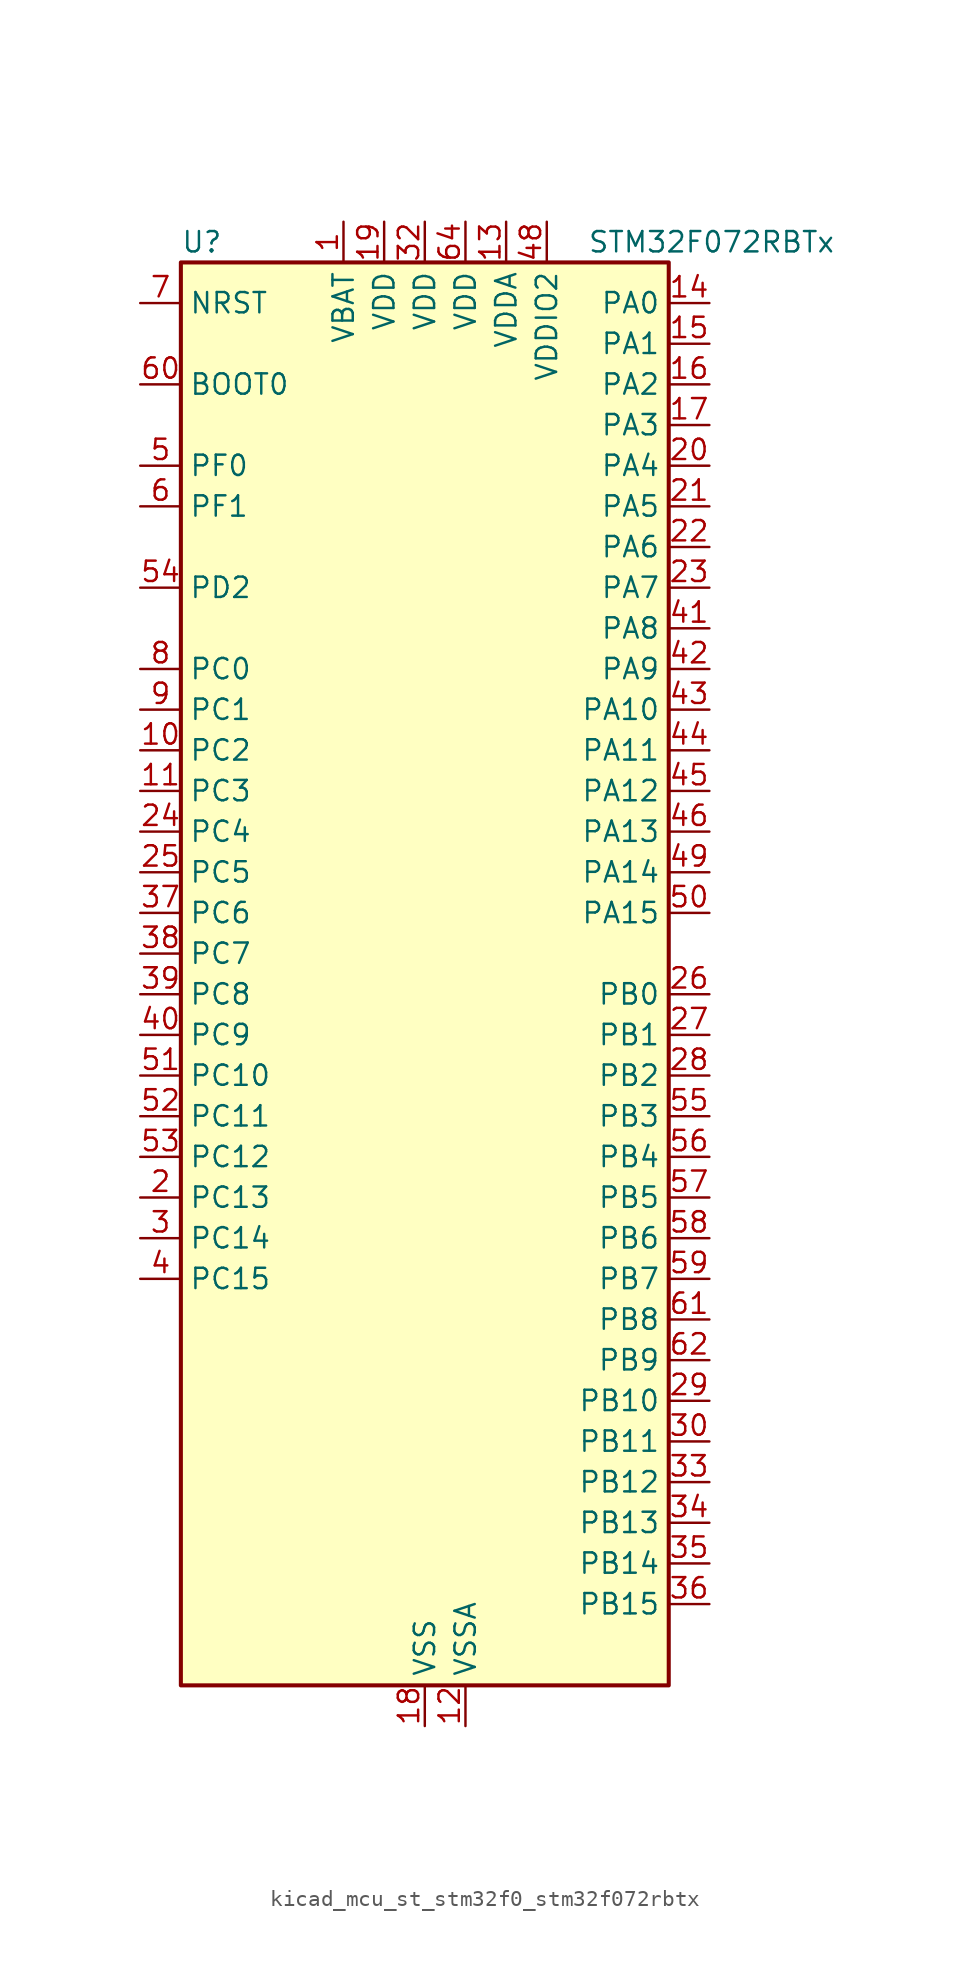
<source format=kicad_sym>
(kicad_symbol_lib
  (version 20220914)
  (generator kicad_symbol_editor)
  (symbol "kicad_mcu_st_stm32f0_stm32f072rbtx"
    (property "Reference" "U"
      (at -15.24 46.99 0)
      (effects (font (size 1.27 1.27)) (justify left)))
    (property "Value" "STM32F072RBTx"
      (at 10.16 46.99 0)
      (effects (font (size 1.27 1.27)) (justify left)))
    (property "ki_locked" ""
      (at 0 0 0)
      (effects (font (size 1.27 1.27))))
    (symbol "kicad_mcu_st_stm32f0_stm32f072rbtx_0_1"
      (rectangle (start -15.24 -43.18) (end 15.24 45.72) (stroke (width 0.254) (type default)) (fill (type background))))
    (symbol "kicad_mcu_st_stm32f0_stm32f072rbtx_1_1"
      (pin power_in line (at -5.08 48.26 270) (length 2.54) (name "VBAT" (effects (font (size 1.27 1.27)))) (number "1" (effects (font (size 1.27 1.27)))))
      (pin bidirectional line (at -17.78 15.24 0) (length 2.54) (name "PC2" (effects (font (size 1.27 1.27)))) (number "10" (effects (font (size 1.27 1.27)))) (alternate "ADC_IN12" bidirectional line) (alternate "I2S2_MCK" bidirectional line) (alternate "SPI2_MISO" bidirectional line))
      (pin bidirectional line (at -17.78 12.7 0) (length 2.54) (name "PC3" (effects (font (size 1.27 1.27)))) (number "11" (effects (font (size 1.27 1.27)))) (alternate "ADC_IN13" bidirectional line) (alternate "I2S2_SD" bidirectional line) (alternate "SPI2_MOSI" bidirectional line))
      (pin power_in line (at 2.54 -45.72 90) (length 2.54) (name "VSSA" (effects (font (size 1.27 1.27)))) (number "12" (effects (font (size 1.27 1.27)))))
      (pin power_in line (at 5.08 48.26 270) (length 2.54) (name "VDDA" (effects (font (size 1.27 1.27)))) (number "13" (effects (font (size 1.27 1.27)))))
      (pin bidirectional line (at 17.78 43.18 180) (length 2.54) (name "PA0" (effects (font (size 1.27 1.27)))) (number "14" (effects (font (size 1.27 1.27)))) (alternate "ADC_IN0" bidirectional line) (alternate "COMP1_INM" bidirectional line) (alternate "COMP1_OUT" bidirectional line) (alternate "RTC_TAMP2" bidirectional line) (alternate "SYS_WKUP1" bidirectional line) (alternate "TIM2_CH1" bidirectional line) (alternate "TIM2_ETR" bidirectional line) (alternate "TSC_G1_IO1" bidirectional line) (alternate "USART2_CTS" bidirectional line) (alternate "USART4_TX" bidirectional line))
      (pin bidirectional line (at 17.78 40.64 180) (length 2.54) (name "PA1" (effects (font (size 1.27 1.27)))) (number "15" (effects (font (size 1.27 1.27)))) (alternate "ADC_IN1" bidirectional line) (alternate "COMP1_INP" bidirectional line) (alternate "TIM15_CH1N" bidirectional line) (alternate "TIM2_CH2" bidirectional line) (alternate "TSC_G1_IO2" bidirectional line) (alternate "USART2_DE" bidirectional line) (alternate "USART2_RTS" bidirectional line) (alternate "USART4_RX" bidirectional line))
      (pin bidirectional line (at 17.78 38.1 180) (length 2.54) (name "PA2" (effects (font (size 1.27 1.27)))) (number "16" (effects (font (size 1.27 1.27)))) (alternate "ADC_IN2" bidirectional line) (alternate "COMP2_INM" bidirectional line) (alternate "COMP2_OUT" bidirectional line) (alternate "SYS_WKUP4" bidirectional line) (alternate "TIM15_CH1" bidirectional line) (alternate "TIM2_CH3" bidirectional line) (alternate "TSC_G1_IO3" bidirectional line) (alternate "USART2_TX" bidirectional line))
      (pin bidirectional line (at 17.78 35.56 180) (length 2.54) (name "PA3" (effects (font (size 1.27 1.27)))) (number "17" (effects (font (size 1.27 1.27)))) (alternate "ADC_IN3" bidirectional line) (alternate "COMP2_INP" bidirectional line) (alternate "TIM15_CH2" bidirectional line) (alternate "TIM2_CH4" bidirectional line) (alternate "TSC_G1_IO4" bidirectional line) (alternate "USART2_RX" bidirectional line))
      (pin power_in line (at 0 -45.72 90) (length 2.54) (name "VSS" (effects (font (size 1.27 1.27)))) (number "18" (effects (font (size 1.27 1.27)))))
      (pin power_in line (at -2.54 48.26 270) (length 2.54) (name "VDD" (effects (font (size 1.27 1.27)))) (number "19" (effects (font (size 1.27 1.27)))))
      (pin bidirectional line (at -17.78 -12.7 0) (length 2.54) (name "PC13" (effects (font (size 1.27 1.27)))) (number "2" (effects (font (size 1.27 1.27)))) (alternate "RTC_OUT_ALARM" bidirectional line) (alternate "RTC_OUT_CALIB" bidirectional line) (alternate "RTC_TAMP1" bidirectional line) (alternate "RTC_TS" bidirectional line) (alternate "SYS_WKUP2" bidirectional line))
      (pin bidirectional line (at 17.78 33.02 180) (length 2.54) (name "PA4" (effects (font (size 1.27 1.27)))) (number "20" (effects (font (size 1.27 1.27)))) (alternate "ADC_IN4" bidirectional line) (alternate "COMP1_INM" bidirectional line) (alternate "COMP2_INM" bidirectional line) (alternate "DAC_OUT1" bidirectional line) (alternate "I2S1_WS" bidirectional line) (alternate "SPI1_NSS" bidirectional line) (alternate "TIM14_CH1" bidirectional line) (alternate "TSC_G2_IO1" bidirectional line) (alternate "USART2_CK" bidirectional line))
      (pin bidirectional line (at 17.78 30.48 180) (length 2.54) (name "PA5" (effects (font (size 1.27 1.27)))) (number "21" (effects (font (size 1.27 1.27)))) (alternate "ADC_IN5" bidirectional line) (alternate "CEC" bidirectional line) (alternate "COMP1_INM" bidirectional line) (alternate "COMP2_INM" bidirectional line) (alternate "DAC_OUT2" bidirectional line) (alternate "I2S1_CK" bidirectional line) (alternate "SPI1_SCK" bidirectional line) (alternate "TIM2_CH1" bidirectional line) (alternate "TIM2_ETR" bidirectional line) (alternate "TSC_G2_IO2" bidirectional line))
      (pin bidirectional line (at 17.78 27.94 180) (length 2.54) (name "PA6" (effects (font (size 1.27 1.27)))) (number "22" (effects (font (size 1.27 1.27)))) (alternate "ADC_IN6" bidirectional line) (alternate "COMP1_OUT" bidirectional line) (alternate "I2S1_MCK" bidirectional line) (alternate "SPI1_MISO" bidirectional line) (alternate "TIM16_CH1" bidirectional line) (alternate "TIM1_BKIN" bidirectional line) (alternate "TIM3_CH1" bidirectional line) (alternate "TSC_G2_IO3" bidirectional line) (alternate "USART3_CTS" bidirectional line))
      (pin bidirectional line (at 17.78 25.4 180) (length 2.54) (name "PA7" (effects (font (size 1.27 1.27)))) (number "23" (effects (font (size 1.27 1.27)))) (alternate "ADC_IN7" bidirectional line) (alternate "COMP2_OUT" bidirectional line) (alternate "I2S1_SD" bidirectional line) (alternate "SPI1_MOSI" bidirectional line) (alternate "TIM14_CH1" bidirectional line) (alternate "TIM17_CH1" bidirectional line) (alternate "TIM1_CH1N" bidirectional line) (alternate "TIM3_CH2" bidirectional line) (alternate "TSC_G2_IO4" bidirectional line))
      (pin bidirectional line (at -17.78 10.16 0) (length 2.54) (name "PC4" (effects (font (size 1.27 1.27)))) (number "24" (effects (font (size 1.27 1.27)))) (alternate "ADC_IN14" bidirectional line) (alternate "USART3_TX" bidirectional line))
      (pin bidirectional line (at -17.78 7.62 0) (length 2.54) (name "PC5" (effects (font (size 1.27 1.27)))) (number "25" (effects (font (size 1.27 1.27)))) (alternate "ADC_IN15" bidirectional line) (alternate "SYS_WKUP5" bidirectional line) (alternate "TSC_G3_IO1" bidirectional line) (alternate "USART3_RX" bidirectional line))
      (pin bidirectional line (at 17.78 0 180) (length 2.54) (name "PB0" (effects (font (size 1.27 1.27)))) (number "26" (effects (font (size 1.27 1.27)))) (alternate "ADC_IN8" bidirectional line) (alternate "TIM1_CH2N" bidirectional line) (alternate "TIM3_CH3" bidirectional line) (alternate "TSC_G3_IO2" bidirectional line) (alternate "USART3_CK" bidirectional line))
      (pin bidirectional line (at 17.78 -2.54 180) (length 2.54) (name "PB1" (effects (font (size 1.27 1.27)))) (number "27" (effects (font (size 1.27 1.27)))) (alternate "ADC_IN9" bidirectional line) (alternate "TIM14_CH1" bidirectional line) (alternate "TIM1_CH3N" bidirectional line) (alternate "TIM3_CH4" bidirectional line) (alternate "TSC_G3_IO3" bidirectional line) (alternate "USART3_DE" bidirectional line) (alternate "USART3_RTS" bidirectional line))
      (pin bidirectional line (at 17.78 -5.08 180) (length 2.54) (name "PB2" (effects (font (size 1.27 1.27)))) (number "28" (effects (font (size 1.27 1.27)))) (alternate "TSC_G3_IO4" bidirectional line))
      (pin bidirectional line (at 17.78 -25.4 180) (length 2.54) (name "PB10" (effects (font (size 1.27 1.27)))) (number "29" (effects (font (size 1.27 1.27)))) (alternate "CEC" bidirectional line) (alternate "I2C2_SCL" bidirectional line) (alternate "I2S2_CK" bidirectional line) (alternate "SPI2_SCK" bidirectional line) (alternate "TIM2_CH3" bidirectional line) (alternate "TSC_SYNC" bidirectional line) (alternate "USART3_TX" bidirectional line))
      (pin bidirectional line (at -17.78 -15.24 0) (length 2.54) (name "PC14" (effects (font (size 1.27 1.27)))) (number "3" (effects (font (size 1.27 1.27)))) (alternate "RCC_OSC32_IN" bidirectional line))
      (pin bidirectional line (at 17.78 -27.94 180) (length 2.54) (name "PB11" (effects (font (size 1.27 1.27)))) (number "30" (effects (font (size 1.27 1.27)))) (alternate "I2C2_SDA" bidirectional line) (alternate "TIM2_CH4" bidirectional line) (alternate "TSC_G6_IO1" bidirectional line) (alternate "USART3_RX" bidirectional line))
      (pin passive line (at 0 -45.72 90) (length 2.54) hide (name "VSS" (effects (font (size 1.27 1.27)))) (number "31" (effects (font (size 1.27 1.27)))))
      (pin power_in line (at 0 48.26 270) (length 2.54) (name "VDD" (effects (font (size 1.27 1.27)))) (number "32" (effects (font (size 1.27 1.27)))))
      (pin bidirectional line (at 17.78 -30.48 180) (length 2.54) (name "PB12" (effects (font (size 1.27 1.27)))) (number "33" (effects (font (size 1.27 1.27)))) (alternate "I2S2_WS" bidirectional line) (alternate "SPI2_NSS" bidirectional line) (alternate "TIM15_BKIN" bidirectional line) (alternate "TIM1_BKIN" bidirectional line) (alternate "TSC_G6_IO2" bidirectional line) (alternate "USART3_CK" bidirectional line))
      (pin bidirectional line (at 17.78 -33.02 180) (length 2.54) (name "PB13" (effects (font (size 1.27 1.27)))) (number "34" (effects (font (size 1.27 1.27)))) (alternate "I2C2_SCL" bidirectional line) (alternate "I2S2_CK" bidirectional line) (alternate "SPI2_SCK" bidirectional line) (alternate "TIM1_CH1N" bidirectional line) (alternate "TSC_G6_IO3" bidirectional line) (alternate "USART3_CTS" bidirectional line))
      (pin bidirectional line (at 17.78 -35.56 180) (length 2.54) (name "PB14" (effects (font (size 1.27 1.27)))) (number "35" (effects (font (size 1.27 1.27)))) (alternate "I2C2_SDA" bidirectional line) (alternate "I2S2_MCK" bidirectional line) (alternate "SPI2_MISO" bidirectional line) (alternate "TIM15_CH1" bidirectional line) (alternate "TIM1_CH2N" bidirectional line) (alternate "TSC_G6_IO4" bidirectional line) (alternate "USART3_DE" bidirectional line) (alternate "USART3_RTS" bidirectional line))
      (pin bidirectional line (at 17.78 -38.1 180) (length 2.54) (name "PB15" (effects (font (size 1.27 1.27)))) (number "36" (effects (font (size 1.27 1.27)))) (alternate "I2S2_SD" bidirectional line) (alternate "RTC_REFIN" bidirectional line) (alternate "SPI2_MOSI" bidirectional line) (alternate "SYS_WKUP7" bidirectional line) (alternate "TIM15_CH1N" bidirectional line) (alternate "TIM15_CH2" bidirectional line) (alternate "TIM1_CH3N" bidirectional line))
      (pin bidirectional line (at -17.78 5.08 0) (length 2.54) (name "PC6" (effects (font (size 1.27 1.27)))) (number "37" (effects (font (size 1.27 1.27)))) (alternate "TIM3_CH1" bidirectional line))
      (pin bidirectional line (at -17.78 2.54 0) (length 2.54) (name "PC7" (effects (font (size 1.27 1.27)))) (number "38" (effects (font (size 1.27 1.27)))) (alternate "TIM3_CH2" bidirectional line))
      (pin bidirectional line (at -17.78 0 0) (length 2.54) (name "PC8" (effects (font (size 1.27 1.27)))) (number "39" (effects (font (size 1.27 1.27)))) (alternate "TIM3_CH3" bidirectional line))
      (pin bidirectional line (at -17.78 -17.78 0) (length 2.54) (name "PC15" (effects (font (size 1.27 1.27)))) (number "4" (effects (font (size 1.27 1.27)))) (alternate "RCC_OSC32_OUT" bidirectional line))
      (pin bidirectional line (at -17.78 -2.54 0) (length 2.54) (name "PC9" (effects (font (size 1.27 1.27)))) (number "40" (effects (font (size 1.27 1.27)))) (alternate "DAC_EXTI9" bidirectional line) (alternate "TIM3_CH4" bidirectional line))
      (pin bidirectional line (at 17.78 22.86 180) (length 2.54) (name "PA8" (effects (font (size 1.27 1.27)))) (number "41" (effects (font (size 1.27 1.27)))) (alternate "CRS_SYNC" bidirectional line) (alternate "RCC_MCO" bidirectional line) (alternate "TIM1_CH1" bidirectional line) (alternate "USART1_CK" bidirectional line))
      (pin bidirectional line (at 17.78 20.32 180) (length 2.54) (name "PA9" (effects (font (size 1.27 1.27)))) (number "42" (effects (font (size 1.27 1.27)))) (alternate "DAC_EXTI9" bidirectional line) (alternate "TIM15_BKIN" bidirectional line) (alternate "TIM1_CH2" bidirectional line) (alternate "TSC_G4_IO1" bidirectional line) (alternate "USART1_TX" bidirectional line))
      (pin bidirectional line (at 17.78 17.78 180) (length 2.54) (name "PA10" (effects (font (size 1.27 1.27)))) (number "43" (effects (font (size 1.27 1.27)))) (alternate "TIM17_BKIN" bidirectional line) (alternate "TIM1_CH3" bidirectional line) (alternate "TSC_G4_IO2" bidirectional line) (alternate "USART1_RX" bidirectional line))
      (pin bidirectional line (at 17.78 15.24 180) (length 2.54) (name "PA11" (effects (font (size 1.27 1.27)))) (number "44" (effects (font (size 1.27 1.27)))) (alternate "CAN_RX" bidirectional line) (alternate "COMP1_OUT" bidirectional line) (alternate "TIM1_CH4" bidirectional line) (alternate "TSC_G4_IO3" bidirectional line) (alternate "USART1_CTS" bidirectional line) (alternate "USB_DM" bidirectional line))
      (pin bidirectional line (at 17.78 12.7 180) (length 2.54) (name "PA12" (effects (font (size 1.27 1.27)))) (number "45" (effects (font (size 1.27 1.27)))) (alternate "CAN_TX" bidirectional line) (alternate "COMP2_OUT" bidirectional line) (alternate "TIM1_ETR" bidirectional line) (alternate "TSC_G4_IO4" bidirectional line) (alternate "USART1_DE" bidirectional line) (alternate "USART1_RTS" bidirectional line) (alternate "USB_DP" bidirectional line))
      (pin bidirectional line (at 17.78 10.16 180) (length 2.54) (name "PA13" (effects (font (size 1.27 1.27)))) (number "46" (effects (font (size 1.27 1.27)))) (alternate "IR_OUT" bidirectional line) (alternate "SYS_SWDIO" bidirectional line) (alternate "USB_NOE" bidirectional line))
      (pin passive line (at 0 -45.72 90) (length 2.54) hide (name "VSS" (effects (font (size 1.27 1.27)))) (number "47" (effects (font (size 1.27 1.27)))))
      (pin power_in line (at 7.62 48.26 270) (length 2.54) (name "VDDIO2" (effects (font (size 1.27 1.27)))) (number "48" (effects (font (size 1.27 1.27)))))
      (pin bidirectional line (at 17.78 7.62 180) (length 2.54) (name "PA14" (effects (font (size 1.27 1.27)))) (number "49" (effects (font (size 1.27 1.27)))) (alternate "SYS_SWCLK" bidirectional line) (alternate "USART2_TX" bidirectional line))
      (pin bidirectional line (at -17.78 33.02 0) (length 2.54) (name "PF0" (effects (font (size 1.27 1.27)))) (number "5" (effects (font (size 1.27 1.27)))) (alternate "CRS_SYNC" bidirectional line) (alternate "RCC_OSC_IN" bidirectional line))
      (pin bidirectional line (at 17.78 5.08 180) (length 2.54) (name "PA15" (effects (font (size 1.27 1.27)))) (number "50" (effects (font (size 1.27 1.27)))) (alternate "I2S1_WS" bidirectional line) (alternate "SPI1_NSS" bidirectional line) (alternate "TIM2_CH1" bidirectional line) (alternate "TIM2_ETR" bidirectional line) (alternate "USART2_RX" bidirectional line) (alternate "USART4_DE" bidirectional line) (alternate "USART4_RTS" bidirectional line))
      (pin bidirectional line (at -17.78 -5.08 0) (length 2.54) (name "PC10" (effects (font (size 1.27 1.27)))) (number "51" (effects (font (size 1.27 1.27)))) (alternate "USART3_TX" bidirectional line) (alternate "USART4_TX" bidirectional line))
      (pin bidirectional line (at -17.78 -7.62 0) (length 2.54) (name "PC11" (effects (font (size 1.27 1.27)))) (number "52" (effects (font (size 1.27 1.27)))) (alternate "USART3_RX" bidirectional line) (alternate "USART4_RX" bidirectional line))
      (pin bidirectional line (at -17.78 -10.16 0) (length 2.54) (name "PC12" (effects (font (size 1.27 1.27)))) (number "53" (effects (font (size 1.27 1.27)))) (alternate "USART3_CK" bidirectional line) (alternate "USART4_CK" bidirectional line))
      (pin bidirectional line (at -17.78 25.4 0) (length 2.54) (name "PD2" (effects (font (size 1.27 1.27)))) (number "54" (effects (font (size 1.27 1.27)))) (alternate "TIM3_ETR" bidirectional line) (alternate "USART3_DE" bidirectional line) (alternate "USART3_RTS" bidirectional line))
      (pin bidirectional line (at 17.78 -7.62 180) (length 2.54) (name "PB3" (effects (font (size 1.27 1.27)))) (number "55" (effects (font (size 1.27 1.27)))) (alternate "I2S1_CK" bidirectional line) (alternate "SPI1_SCK" bidirectional line) (alternate "TIM2_CH2" bidirectional line) (alternate "TSC_G5_IO1" bidirectional line))
      (pin bidirectional line (at 17.78 -10.16 180) (length 2.54) (name "PB4" (effects (font (size 1.27 1.27)))) (number "56" (effects (font (size 1.27 1.27)))) (alternate "I2S1_MCK" bidirectional line) (alternate "SPI1_MISO" bidirectional line) (alternate "TIM17_BKIN" bidirectional line) (alternate "TIM3_CH1" bidirectional line) (alternate "TSC_G5_IO2" bidirectional line))
      (pin bidirectional line (at 17.78 -12.7 180) (length 2.54) (name "PB5" (effects (font (size 1.27 1.27)))) (number "57" (effects (font (size 1.27 1.27)))) (alternate "I2C1_SMBA" bidirectional line) (alternate "I2S1_SD" bidirectional line) (alternate "SPI1_MOSI" bidirectional line) (alternate "SYS_WKUP6" bidirectional line) (alternate "TIM16_BKIN" bidirectional line) (alternate "TIM3_CH2" bidirectional line))
      (pin bidirectional line (at 17.78 -15.24 180) (length 2.54) (name "PB6" (effects (font (size 1.27 1.27)))) (number "58" (effects (font (size 1.27 1.27)))) (alternate "I2C1_SCL" bidirectional line) (alternate "TIM16_CH1N" bidirectional line) (alternate "TSC_G5_IO3" bidirectional line) (alternate "USART1_TX" bidirectional line))
      (pin bidirectional line (at 17.78 -17.78 180) (length 2.54) (name "PB7" (effects (font (size 1.27 1.27)))) (number "59" (effects (font (size 1.27 1.27)))) (alternate "I2C1_SDA" bidirectional line) (alternate "TIM17_CH1N" bidirectional line) (alternate "TSC_G5_IO4" bidirectional line) (alternate "USART1_RX" bidirectional line) (alternate "USART4_CTS" bidirectional line))
      (pin bidirectional line (at -17.78 30.48 0) (length 2.54) (name "PF1" (effects (font (size 1.27 1.27)))) (number "6" (effects (font (size 1.27 1.27)))) (alternate "RCC_OSC_OUT" bidirectional line))
      (pin input line (at -17.78 38.1 0) (length 2.54) (name "BOOT0" (effects (font (size 1.27 1.27)))) (number "60" (effects (font (size 1.27 1.27)))))
      (pin bidirectional line (at 17.78 -20.32 180) (length 2.54) (name "PB8" (effects (font (size 1.27 1.27)))) (number "61" (effects (font (size 1.27 1.27)))) (alternate "CAN_RX" bidirectional line) (alternate "CEC" bidirectional line) (alternate "I2C1_SCL" bidirectional line) (alternate "TIM16_CH1" bidirectional line) (alternate "TSC_SYNC" bidirectional line))
      (pin bidirectional line (at 17.78 -22.86 180) (length 2.54) (name "PB9" (effects (font (size 1.27 1.27)))) (number "62" (effects (font (size 1.27 1.27)))) (alternate "CAN_TX" bidirectional line) (alternate "DAC_EXTI9" bidirectional line) (alternate "I2C1_SDA" bidirectional line) (alternate "I2S2_WS" bidirectional line) (alternate "IR_OUT" bidirectional line) (alternate "SPI2_NSS" bidirectional line) (alternate "TIM17_CH1" bidirectional line))
      (pin passive line (at 0 -45.72 90) (length 2.54) hide (name "VSS" (effects (font (size 1.27 1.27)))) (number "63" (effects (font (size 1.27 1.27)))))
      (pin power_in line (at 2.54 48.26 270) (length 2.54) (name "VDD" (effects (font (size 1.27 1.27)))) (number "64" (effects (font (size 1.27 1.27)))))
      (pin input line (at -17.78 43.18 0) (length 2.54) (name "NRST" (effects (font (size 1.27 1.27)))) (number "7" (effects (font (size 1.27 1.27)))))
      (pin bidirectional line (at -17.78 20.32 0) (length 2.54) (name "PC0" (effects (font (size 1.27 1.27)))) (number "8" (effects (font (size 1.27 1.27)))) (alternate "ADC_IN10" bidirectional line))
      (pin bidirectional line (at -17.78 17.78 0) (length 2.54) (name "PC1" (effects (font (size 1.27 1.27)))) (number "9" (effects (font (size 1.27 1.27)))) (alternate "ADC_IN11" bidirectional line)))))
</source>
